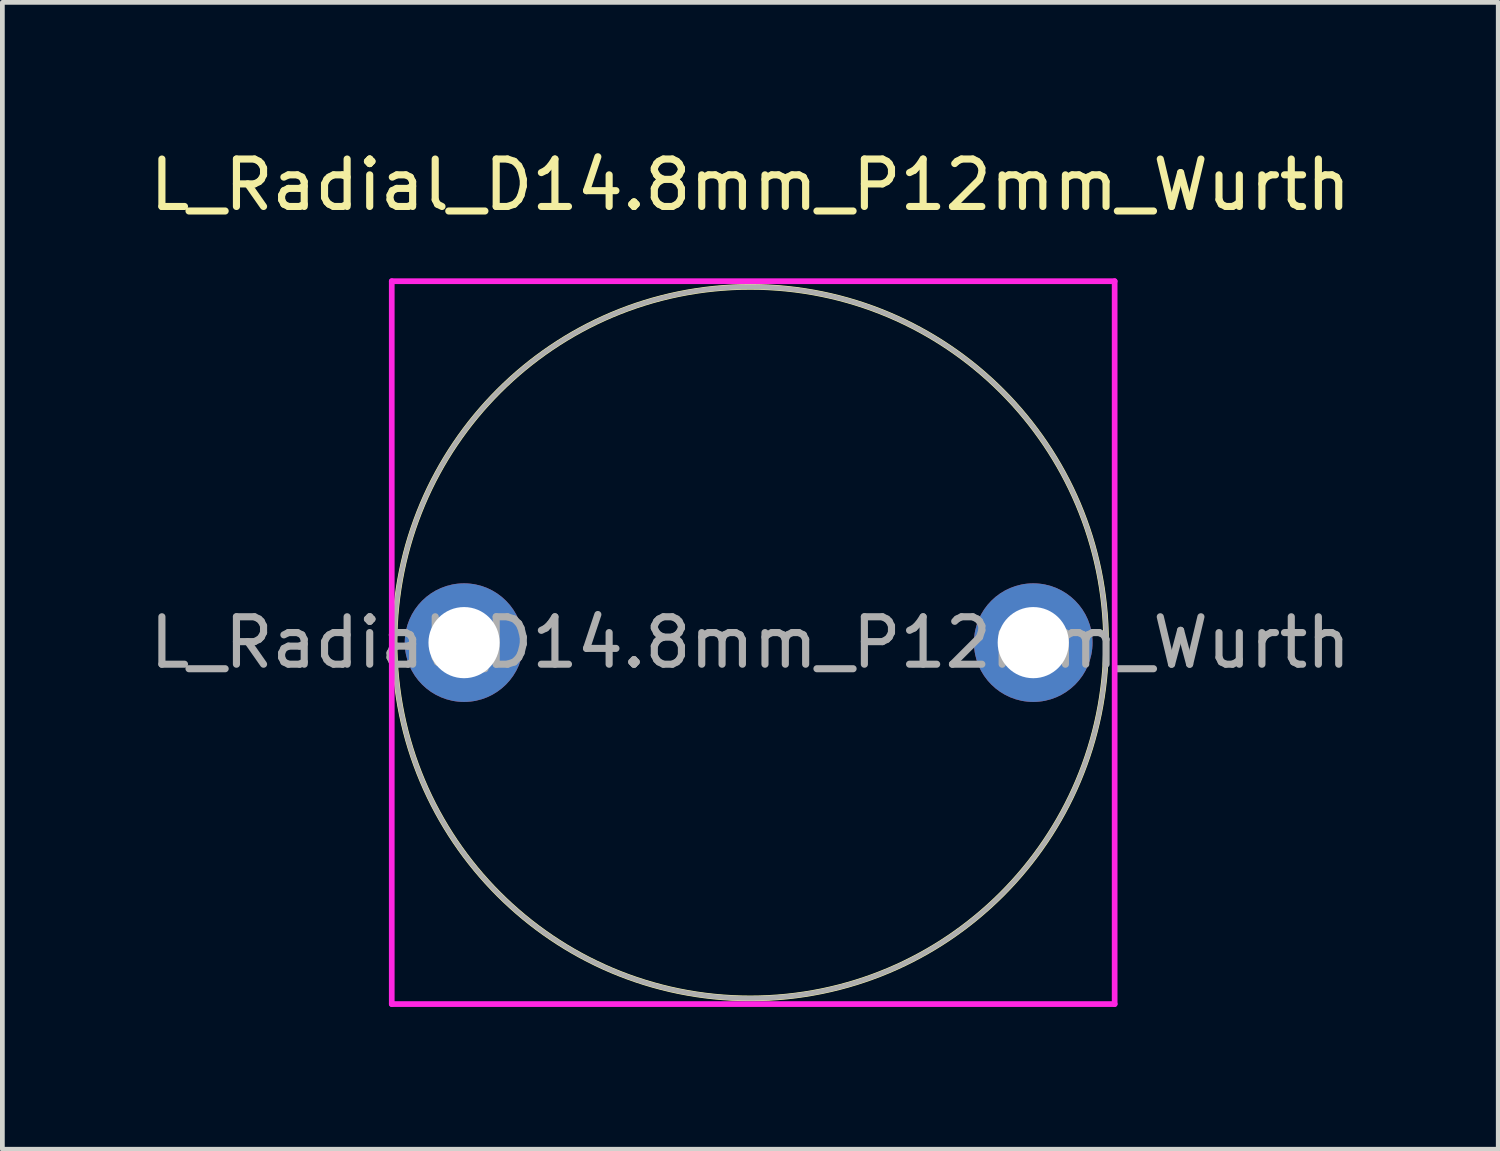
<source format=kicad_pcb>
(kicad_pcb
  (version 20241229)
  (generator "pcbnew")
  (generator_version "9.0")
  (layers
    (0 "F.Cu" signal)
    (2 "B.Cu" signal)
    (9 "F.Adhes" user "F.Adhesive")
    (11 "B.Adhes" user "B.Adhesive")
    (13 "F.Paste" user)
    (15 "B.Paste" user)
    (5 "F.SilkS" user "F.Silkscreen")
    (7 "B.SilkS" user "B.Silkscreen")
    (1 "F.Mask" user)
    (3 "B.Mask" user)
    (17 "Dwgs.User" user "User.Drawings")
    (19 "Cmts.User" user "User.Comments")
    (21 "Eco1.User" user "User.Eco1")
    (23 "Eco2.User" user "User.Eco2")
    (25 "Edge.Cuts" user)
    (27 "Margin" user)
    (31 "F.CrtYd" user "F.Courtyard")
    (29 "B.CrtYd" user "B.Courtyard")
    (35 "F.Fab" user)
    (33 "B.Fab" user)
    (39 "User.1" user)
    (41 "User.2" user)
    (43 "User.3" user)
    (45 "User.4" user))
  (footprint "L_Radial_D14.8mm_P12mm_Wurth"
    (layer "F.Cu")
    (at 6.733 10.498)
    (property "Reference" "L_Radial_D14.8mm_P12mm_Wurth" (at 6.035 -9.65 0) (layer "F.SilkS") (effects (font (size 1 1) (thickness 0.15))))
    (attr through_hole)
    (fp_circle (center 6.035 0) (end 13.535 0) (stroke (width 0.12) (type solid)) (fill no) (layer "F.SilkS"))
    (fp_line (start -1.524 -7.62) (end -1.524 7.62) (stroke (width 0.12) (type solid)) (layer "F.CrtYd"))
    (fp_line (start -1.524 7.62) (end 13.716 7.62) (stroke (width 0.12) (type solid)) (layer "F.CrtYd"))
    (fp_line (start 13.716 -7.62) (end -1.524 -7.62) (stroke (width 0.12) (type solid)) (layer "F.CrtYd"))
    (fp_line (start 13.716 7.62) (end 13.716 -7.62) (stroke (width 0.12) (type solid)) (layer "F.CrtYd"))
    (fp_circle (center 6.035 0) (end 13.535 0) (stroke (width 0.1) (type solid)) (fill no) (layer "F.Fab"))
    (fp_text user "${REFERENCE}" (at 6.035 0 0) (layer "F.Fab") (effects (font (size 1 1) (thickness 0.15))))
    (pad "1" thru_hole circle (at 0 0) (size 2.5 2.5) (drill 1.5) (layers "*.Cu" "*.Mask"))
    (pad "2" thru_hole circle (at 12 0) (size 2.5 2.5) (drill 1.5) (layers "*.Cu" "*.Mask")))
  (gr_rect
    (start -3 -3)
    (end 28.536 21.178)
    (stroke (width 0.1) (type default))
    (fill no)
    (layer "Edge.Cuts")))
</source>
